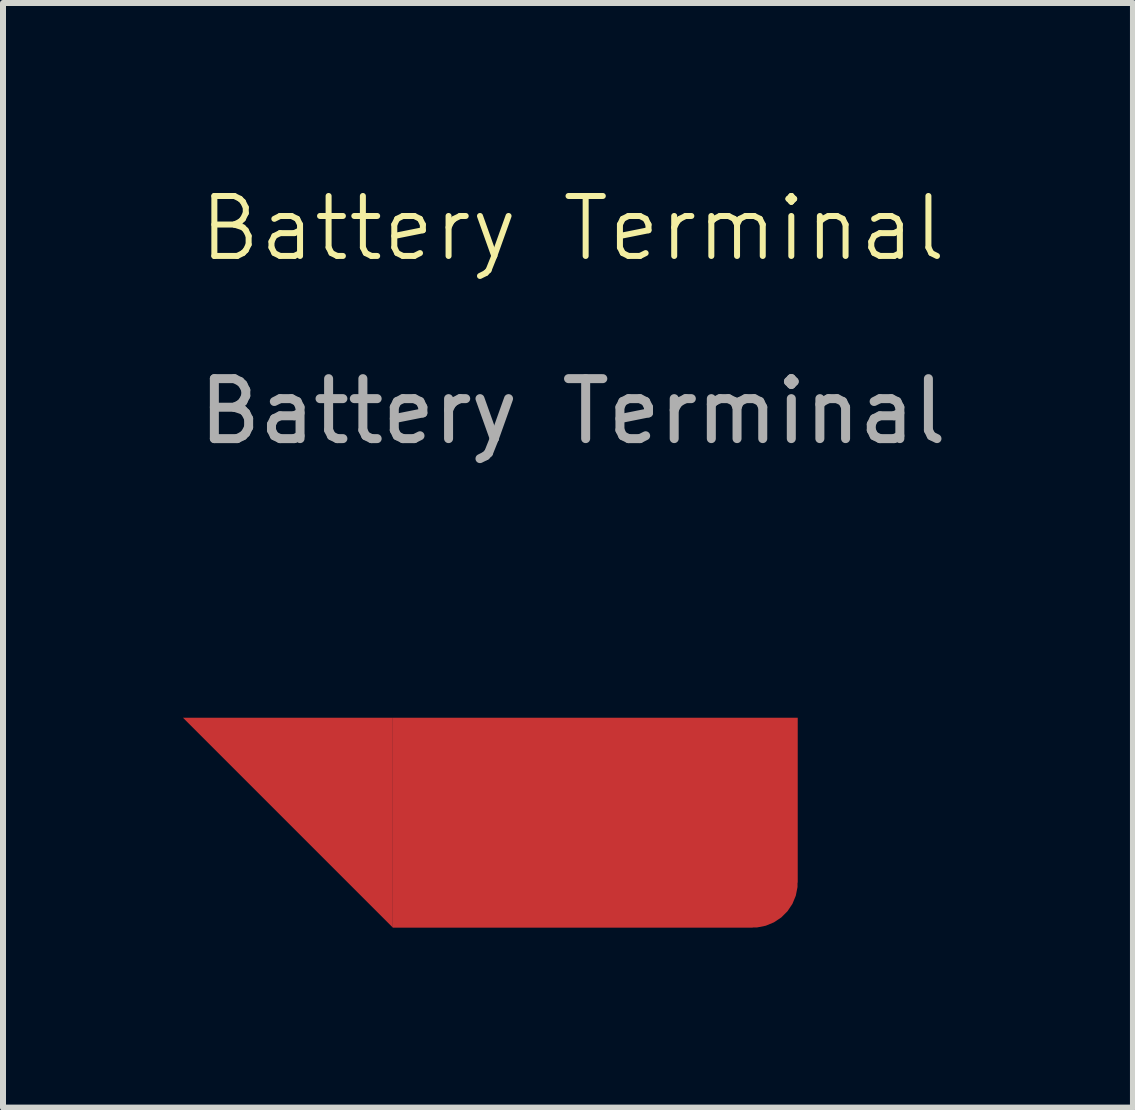
<source format=kicad_pcb>
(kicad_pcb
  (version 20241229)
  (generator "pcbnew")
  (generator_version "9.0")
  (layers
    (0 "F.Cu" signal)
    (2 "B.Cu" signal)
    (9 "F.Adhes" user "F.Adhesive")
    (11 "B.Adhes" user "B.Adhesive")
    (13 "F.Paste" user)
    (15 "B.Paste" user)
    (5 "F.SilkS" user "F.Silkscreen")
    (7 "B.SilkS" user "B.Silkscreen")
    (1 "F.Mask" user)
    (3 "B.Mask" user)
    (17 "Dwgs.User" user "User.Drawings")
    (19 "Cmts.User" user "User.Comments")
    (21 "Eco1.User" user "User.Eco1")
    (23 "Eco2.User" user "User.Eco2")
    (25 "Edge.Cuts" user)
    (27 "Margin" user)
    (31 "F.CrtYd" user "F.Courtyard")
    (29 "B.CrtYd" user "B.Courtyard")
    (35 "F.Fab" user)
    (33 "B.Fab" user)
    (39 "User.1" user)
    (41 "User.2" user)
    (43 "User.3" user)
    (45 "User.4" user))
  (footprint "Battery Terminal"
    (layer "F.Cu")
    (at 6.5 10.666)
    (property "Reference" "Battery Terminal" (at 0 -9.906 0) (unlocked yes) (layer "F.SilkS") (effects (font (size 1 1) (thickness 0.1))))
    (attr smd)
    (fp_poly (pts (xy -3 1.75) (xy -6.5 -1.75) (xy -3 -1.75)) (stroke (width 0) (type solid)) (fill yes) (layer "F.Cu"))
    (fp_text user "${REFERENCE}" (at 0 -6.858 0) (unlocked yes) (layer "F.Fab") (effects (font (size 1 1) (thickness 0.15))))
    (pad "1" connect custom (at 0 0) (size 6 3.5) (layers "F.Cu" "F.Mask") (options (anchor rect)) (primitives (gr_circle (center 3 1) (end 3.75 1) (width 0) (fill yes)) (gr_poly (pts (xy 3.75 1) (xy 3.75 -1.75) (xy 3 -1.75) (xy 3 1)) (width 0) (fill yes)))))
  (gr_rect
    (start -3 -3)
    (end 15.839 15.416)
    (stroke (width 0.1) (type default))
    (fill no)
    (layer "Edge.Cuts")))
</source>
